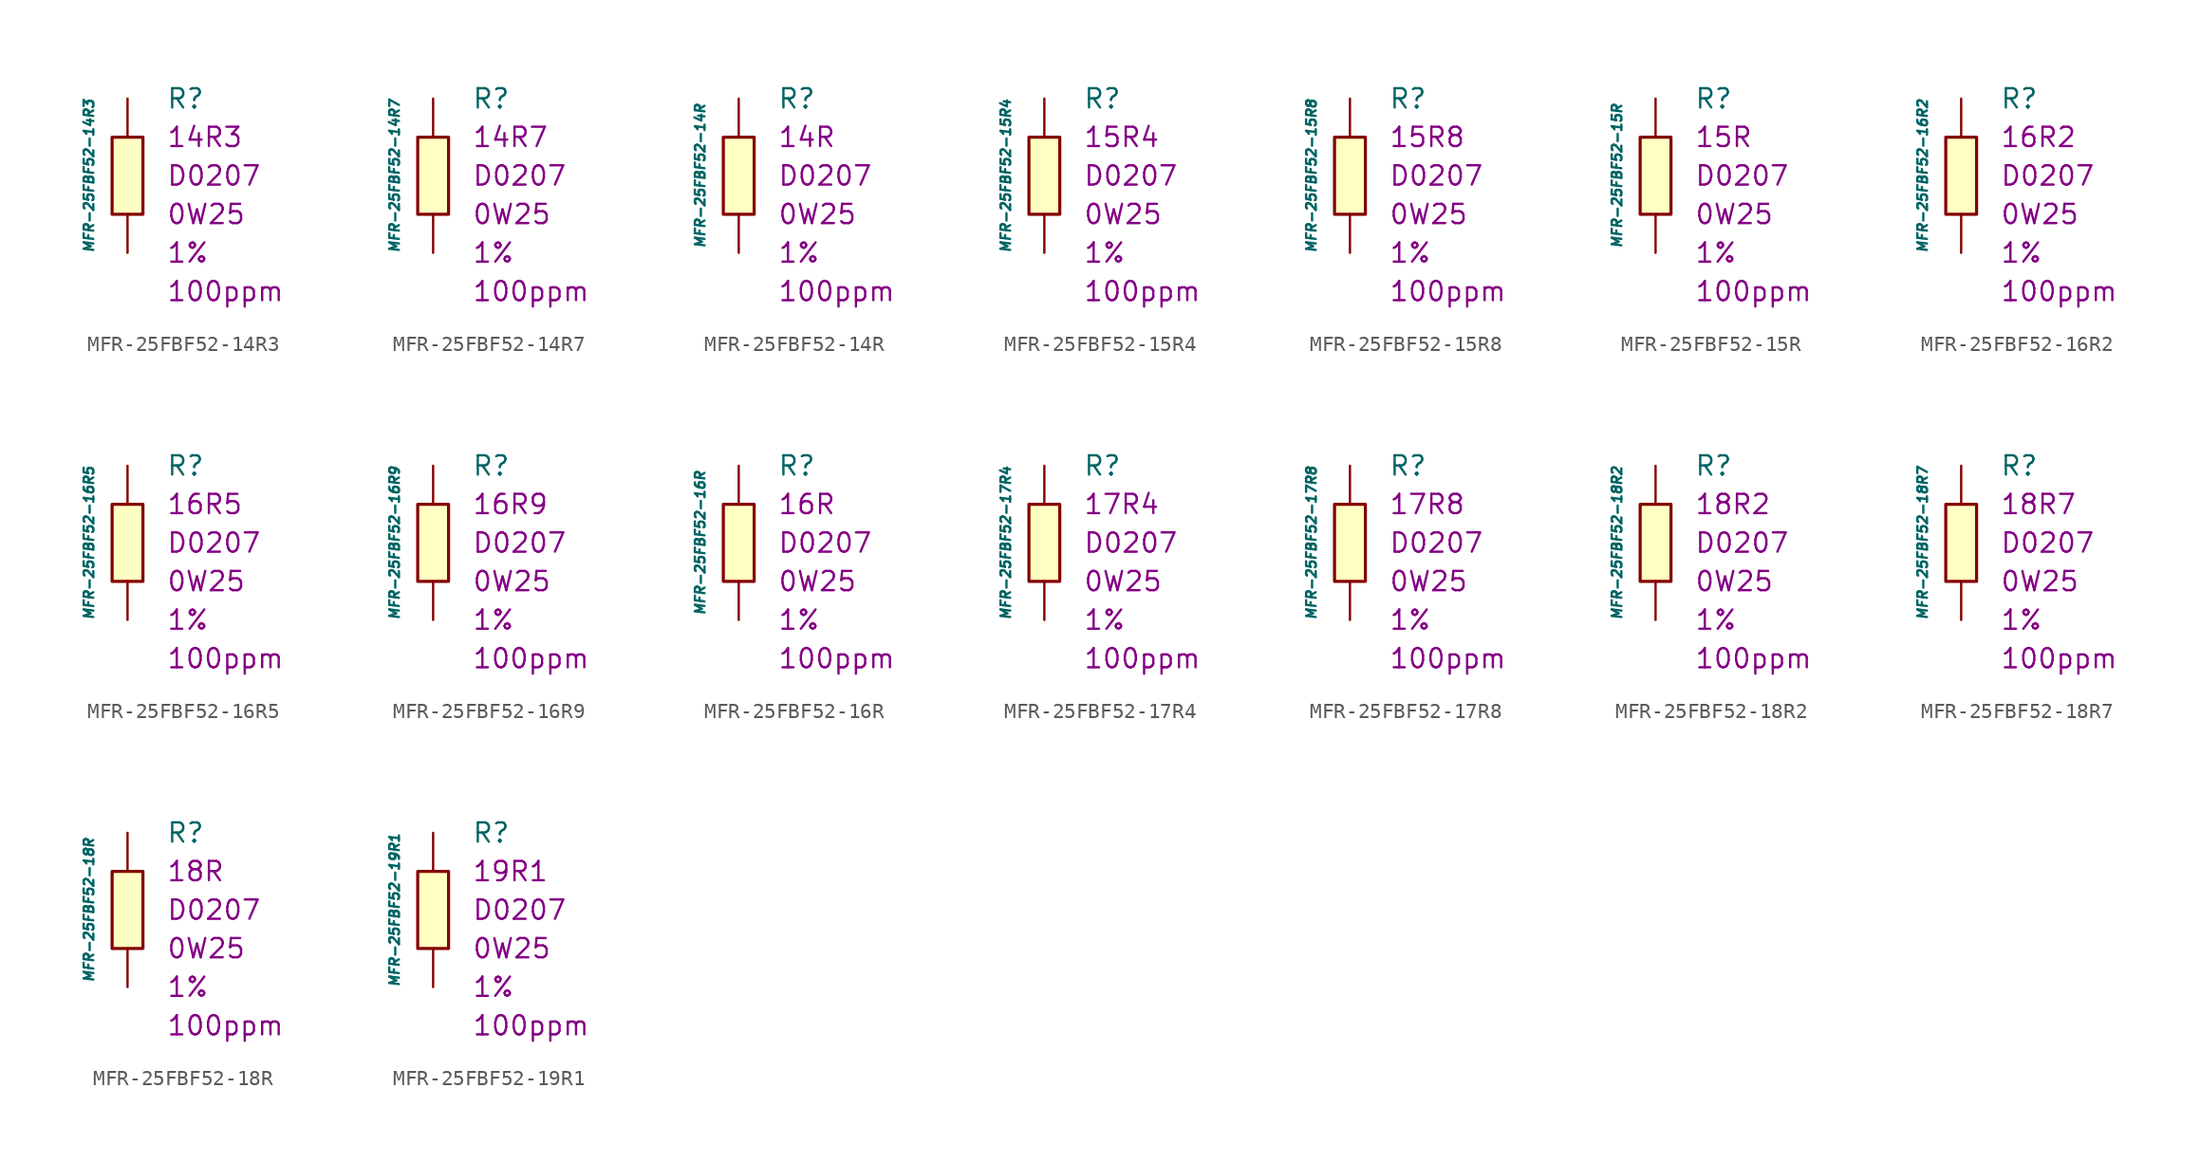
<source format=kicad_sym>
(kicad_symbol_lib
  (version 20211014)
  (generator kicad_symbol_editor)
  (symbol "MFR-25FBF52-14R3"
    (pin_numbers hide)
    (pin_names
      (offset 1.016) hide)
    (property "Reference" "R"
      (at 2.54 5.08 0)
      (effects (font (size 1.27 1.27)) (justify left)))
    (property "Value" "MFR-25FBF52-14R3"
      (at -2.54 0 90)
      (effects (font (size 0.635 0.635) italic)))
    (property "Package" "D0207"
      (at 2.54 0 0)
      (effects (font (size 1.27 1.27)) (justify left)))
    (property "Power" "0W25"
      (at 2.54 -2.54 0)
      (effects (font (size 1.27 1.27)) (justify left)))
    (property "Tolerance" "1%"
      (at 2.54 -5.08 0)
      (effects (font (size 1.27 1.27)) (justify left)))
    (property "TK" "100ppm"
      (at 2.54 -7.62 0)
      (effects (font (size 1.27 1.27)) (justify left)))
    (property "Val" "14R3"
      (at 2.54 2.54 0)
      (effects (font (size 1.27 1.27)) (justify left)))
    (symbol "MFR-25FBF52-14R3_0_1"
      (rectangle (start -1.016 2.54) (end 1.016 -2.54) (stroke (width 0.203) (type default) (color 0 0 0 0)) (fill (type background))))
    (symbol "MFR-25FBF52-14R3_1_1"
      (pin passive line (at 0 5.08 270) (length 2.54) (name "~" (effects (font (size 1.778 1.778)))) (number "1" (effects (font (size 1.778 1.778)))))
      (pin passive line (at 0 -5.08 90) (length 2.54) (name "~" (effects (font (size 1.778 1.778)))) (number "2" (effects (font (size 1.778 1.778)))))))
  (symbol "MFR-25FBF52-14R7"
    (pin_numbers hide)
    (pin_names
      (offset 1.016) hide)
    (property "Reference" "R"
      (at 2.54 5.08 0)
      (effects (font (size 1.27 1.27)) (justify left)))
    (property "Value" "MFR-25FBF52-14R7"
      (at -2.54 0 90)
      (effects (font (size 0.635 0.635) italic)))
    (property "Package" "D0207"
      (at 2.54 0 0)
      (effects (font (size 1.27 1.27)) (justify left)))
    (property "Power" "0W25"
      (at 2.54 -2.54 0)
      (effects (font (size 1.27 1.27)) (justify left)))
    (property "Tolerance" "1%"
      (at 2.54 -5.08 0)
      (effects (font (size 1.27 1.27)) (justify left)))
    (property "TK" "100ppm"
      (at 2.54 -7.62 0)
      (effects (font (size 1.27 1.27)) (justify left)))
    (property "Val" "14R7"
      (at 2.54 2.54 0)
      (effects (font (size 1.27 1.27)) (justify left)))
    (symbol "MFR-25FBF52-14R7_0_1"
      (rectangle (start -1.016 2.54) (end 1.016 -2.54) (stroke (width 0.203) (type default) (color 0 0 0 0)) (fill (type background))))
    (symbol "MFR-25FBF52-14R7_1_1"
      (pin passive line (at 0 5.08 270) (length 2.54) (name "~" (effects (font (size 1.778 1.778)))) (number "1" (effects (font (size 1.778 1.778)))))
      (pin passive line (at 0 -5.08 90) (length 2.54) (name "~" (effects (font (size 1.778 1.778)))) (number "2" (effects (font (size 1.778 1.778)))))))
  (symbol "MFR-25FBF52-14R"
    (pin_numbers hide)
    (pin_names
      (offset 1.016) hide)
    (property "Reference" "R"
      (at 2.54 5.08 0)
      (effects (font (size 1.27 1.27)) (justify left)))
    (property "Value" "MFR-25FBF52-14R"
      (at -2.54 0 90)
      (effects (font (size 0.635 0.635) italic)))
    (property "Package" "D0207"
      (at 2.54 0 0)
      (effects (font (size 1.27 1.27)) (justify left)))
    (property "Power" "0W25"
      (at 2.54 -2.54 0)
      (effects (font (size 1.27 1.27)) (justify left)))
    (property "Tolerance" "1%"
      (at 2.54 -5.08 0)
      (effects (font (size 1.27 1.27)) (justify left)))
    (property "TK" "100ppm"
      (at 2.54 -7.62 0)
      (effects (font (size 1.27 1.27)) (justify left)))
    (property "Val" "14R"
      (at 2.54 2.54 0)
      (effects (font (size 1.27 1.27)) (justify left)))
    (symbol "MFR-25FBF52-14R_0_1"
      (rectangle (start -1.016 2.54) (end 1.016 -2.54) (stroke (width 0.203) (type default) (color 0 0 0 0)) (fill (type background))))
    (symbol "MFR-25FBF52-14R_1_1"
      (pin passive line (at 0 5.08 270) (length 2.54) (name "~" (effects (font (size 1.778 1.778)))) (number "1" (effects (font (size 1.778 1.778)))))
      (pin passive line (at 0 -5.08 90) (length 2.54) (name "~" (effects (font (size 1.778 1.778)))) (number "2" (effects (font (size 1.778 1.778)))))))
  (symbol "MFR-25FBF52-15R4"
    (pin_numbers hide)
    (pin_names
      (offset 1.016) hide)
    (property "Reference" "R"
      (at 2.54 5.08 0)
      (effects (font (size 1.27 1.27)) (justify left)))
    (property "Value" "MFR-25FBF52-15R4"
      (at -2.54 0 90)
      (effects (font (size 0.635 0.635) italic)))
    (property "Package" "D0207"
      (at 2.54 0 0)
      (effects (font (size 1.27 1.27)) (justify left)))
    (property "Power" "0W25"
      (at 2.54 -2.54 0)
      (effects (font (size 1.27 1.27)) (justify left)))
    (property "Tolerance" "1%"
      (at 2.54 -5.08 0)
      (effects (font (size 1.27 1.27)) (justify left)))
    (property "TK" "100ppm"
      (at 2.54 -7.62 0)
      (effects (font (size 1.27 1.27)) (justify left)))
    (property "Val" "15R4"
      (at 2.54 2.54 0)
      (effects (font (size 1.27 1.27)) (justify left)))
    (symbol "MFR-25FBF52-15R4_0_1"
      (rectangle (start -1.016 2.54) (end 1.016 -2.54) (stroke (width 0.203) (type default) (color 0 0 0 0)) (fill (type background))))
    (symbol "MFR-25FBF52-15R4_1_1"
      (pin passive line (at 0 5.08 270) (length 2.54) (name "~" (effects (font (size 1.778 1.778)))) (number "1" (effects (font (size 1.778 1.778)))))
      (pin passive line (at 0 -5.08 90) (length 2.54) (name "~" (effects (font (size 1.778 1.778)))) (number "2" (effects (font (size 1.778 1.778)))))))
  (symbol "MFR-25FBF52-15R8"
    (pin_numbers hide)
    (pin_names
      (offset 1.016) hide)
    (property "Reference" "R"
      (at 2.54 5.08 0)
      (effects (font (size 1.27 1.27)) (justify left)))
    (property "Value" "MFR-25FBF52-15R8"
      (at -2.54 0 90)
      (effects (font (size 0.635 0.635) italic)))
    (property "Package" "D0207"
      (at 2.54 0 0)
      (effects (font (size 1.27 1.27)) (justify left)))
    (property "Power" "0W25"
      (at 2.54 -2.54 0)
      (effects (font (size 1.27 1.27)) (justify left)))
    (property "Tolerance" "1%"
      (at 2.54 -5.08 0)
      (effects (font (size 1.27 1.27)) (justify left)))
    (property "TK" "100ppm"
      (at 2.54 -7.62 0)
      (effects (font (size 1.27 1.27)) (justify left)))
    (property "Val" "15R8"
      (at 2.54 2.54 0)
      (effects (font (size 1.27 1.27)) (justify left)))
    (symbol "MFR-25FBF52-15R8_0_1"
      (rectangle (start -1.016 2.54) (end 1.016 -2.54) (stroke (width 0.203) (type default) (color 0 0 0 0)) (fill (type background))))
    (symbol "MFR-25FBF52-15R8_1_1"
      (pin passive line (at 0 5.08 270) (length 2.54) (name "~" (effects (font (size 1.778 1.778)))) (number "1" (effects (font (size 1.778 1.778)))))
      (pin passive line (at 0 -5.08 90) (length 2.54) (name "~" (effects (font (size 1.778 1.778)))) (number "2" (effects (font (size 1.778 1.778)))))))
  (symbol "MFR-25FBF52-15R"
    (pin_numbers hide)
    (pin_names
      (offset 1.016) hide)
    (property "Reference" "R"
      (at 2.54 5.08 0)
      (effects (font (size 1.27 1.27)) (justify left)))
    (property "Value" "MFR-25FBF52-15R"
      (at -2.54 0 90)
      (effects (font (size 0.635 0.635) italic)))
    (property "Package" "D0207"
      (at 2.54 0 0)
      (effects (font (size 1.27 1.27)) (justify left)))
    (property "Power" "0W25"
      (at 2.54 -2.54 0)
      (effects (font (size 1.27 1.27)) (justify left)))
    (property "Tolerance" "1%"
      (at 2.54 -5.08 0)
      (effects (font (size 1.27 1.27)) (justify left)))
    (property "TK" "100ppm"
      (at 2.54 -7.62 0)
      (effects (font (size 1.27 1.27)) (justify left)))
    (property "Val" "15R"
      (at 2.54 2.54 0)
      (effects (font (size 1.27 1.27)) (justify left)))
    (symbol "MFR-25FBF52-15R_0_1"
      (rectangle (start -1.016 2.54) (end 1.016 -2.54) (stroke (width 0.203) (type default) (color 0 0 0 0)) (fill (type background))))
    (symbol "MFR-25FBF52-15R_1_1"
      (pin passive line (at 0 5.08 270) (length 2.54) (name "~" (effects (font (size 1.778 1.778)))) (number "1" (effects (font (size 1.778 1.778)))))
      (pin passive line (at 0 -5.08 90) (length 2.54) (name "~" (effects (font (size 1.778 1.778)))) (number "2" (effects (font (size 1.778 1.778)))))))
  (symbol "MFR-25FBF52-16R2"
    (pin_numbers hide)
    (pin_names
      (offset 1.016) hide)
    (property "Reference" "R"
      (at 2.54 5.08 0)
      (effects (font (size 1.27 1.27)) (justify left)))
    (property "Value" "MFR-25FBF52-16R2"
      (at -2.54 0 90)
      (effects (font (size 0.635 0.635) italic)))
    (property "Package" "D0207"
      (at 2.54 0 0)
      (effects (font (size 1.27 1.27)) (justify left)))
    (property "Power" "0W25"
      (at 2.54 -2.54 0)
      (effects (font (size 1.27 1.27)) (justify left)))
    (property "Tolerance" "1%"
      (at 2.54 -5.08 0)
      (effects (font (size 1.27 1.27)) (justify left)))
    (property "TK" "100ppm"
      (at 2.54 -7.62 0)
      (effects (font (size 1.27 1.27)) (justify left)))
    (property "Val" "16R2"
      (at 2.54 2.54 0)
      (effects (font (size 1.27 1.27)) (justify left)))
    (symbol "MFR-25FBF52-16R2_0_1"
      (rectangle (start -1.016 2.54) (end 1.016 -2.54) (stroke (width 0.203) (type default) (color 0 0 0 0)) (fill (type background))))
    (symbol "MFR-25FBF52-16R2_1_1"
      (pin passive line (at 0 5.08 270) (length 2.54) (name "~" (effects (font (size 1.778 1.778)))) (number "1" (effects (font (size 1.778 1.778)))))
      (pin passive line (at 0 -5.08 90) (length 2.54) (name "~" (effects (font (size 1.778 1.778)))) (number "2" (effects (font (size 1.778 1.778)))))))
  (symbol "MFR-25FBF52-16R5"
    (pin_numbers hide)
    (pin_names
      (offset 1.016) hide)
    (property "Reference" "R"
      (at 2.54 5.08 0)
      (effects (font (size 1.27 1.27)) (justify left)))
    (property "Value" "MFR-25FBF52-16R5"
      (at -2.54 0 90)
      (effects (font (size 0.635 0.635) italic)))
    (property "Package" "D0207"
      (at 2.54 0 0)
      (effects (font (size 1.27 1.27)) (justify left)))
    (property "Power" "0W25"
      (at 2.54 -2.54 0)
      (effects (font (size 1.27 1.27)) (justify left)))
    (property "Tolerance" "1%"
      (at 2.54 -5.08 0)
      (effects (font (size 1.27 1.27)) (justify left)))
    (property "TK" "100ppm"
      (at 2.54 -7.62 0)
      (effects (font (size 1.27 1.27)) (justify left)))
    (property "Val" "16R5"
      (at 2.54 2.54 0)
      (effects (font (size 1.27 1.27)) (justify left)))
    (symbol "MFR-25FBF52-16R5_0_1"
      (rectangle (start -1.016 2.54) (end 1.016 -2.54) (stroke (width 0.203) (type default) (color 0 0 0 0)) (fill (type background))))
    (symbol "MFR-25FBF52-16R5_1_1"
      (pin passive line (at 0 5.08 270) (length 2.54) (name "~" (effects (font (size 1.778 1.778)))) (number "1" (effects (font (size 1.778 1.778)))))
      (pin passive line (at 0 -5.08 90) (length 2.54) (name "~" (effects (font (size 1.778 1.778)))) (number "2" (effects (font (size 1.778 1.778)))))))
  (symbol "MFR-25FBF52-16R9"
    (pin_numbers hide)
    (pin_names
      (offset 1.016) hide)
    (property "Reference" "R"
      (at 2.54 5.08 0)
      (effects (font (size 1.27 1.27)) (justify left)))
    (property "Value" "MFR-25FBF52-16R9"
      (at -2.54 0 90)
      (effects (font (size 0.635 0.635) italic)))
    (property "Package" "D0207"
      (at 2.54 0 0)
      (effects (font (size 1.27 1.27)) (justify left)))
    (property "Power" "0W25"
      (at 2.54 -2.54 0)
      (effects (font (size 1.27 1.27)) (justify left)))
    (property "Tolerance" "1%"
      (at 2.54 -5.08 0)
      (effects (font (size 1.27 1.27)) (justify left)))
    (property "TK" "100ppm"
      (at 2.54 -7.62 0)
      (effects (font (size 1.27 1.27)) (justify left)))
    (property "Val" "16R9"
      (at 2.54 2.54 0)
      (effects (font (size 1.27 1.27)) (justify left)))
    (symbol "MFR-25FBF52-16R9_0_1"
      (rectangle (start -1.016 2.54) (end 1.016 -2.54) (stroke (width 0.203) (type default) (color 0 0 0 0)) (fill (type background))))
    (symbol "MFR-25FBF52-16R9_1_1"
      (pin passive line (at 0 5.08 270) (length 2.54) (name "~" (effects (font (size 1.778 1.778)))) (number "1" (effects (font (size 1.778 1.778)))))
      (pin passive line (at 0 -5.08 90) (length 2.54) (name "~" (effects (font (size 1.778 1.778)))) (number "2" (effects (font (size 1.778 1.778)))))))
  (symbol "MFR-25FBF52-16R"
    (pin_numbers hide)
    (pin_names
      (offset 1.016) hide)
    (property "Reference" "R"
      (at 2.54 5.08 0)
      (effects (font (size 1.27 1.27)) (justify left)))
    (property "Value" "MFR-25FBF52-16R"
      (at -2.54 0 90)
      (effects (font (size 0.635 0.635) italic)))
    (property "Package" "D0207"
      (at 2.54 0 0)
      (effects (font (size 1.27 1.27)) (justify left)))
    (property "Power" "0W25"
      (at 2.54 -2.54 0)
      (effects (font (size 1.27 1.27)) (justify left)))
    (property "Tolerance" "1%"
      (at 2.54 -5.08 0)
      (effects (font (size 1.27 1.27)) (justify left)))
    (property "TK" "100ppm"
      (at 2.54 -7.62 0)
      (effects (font (size 1.27 1.27)) (justify left)))
    (property "Val" "16R"
      (at 2.54 2.54 0)
      (effects (font (size 1.27 1.27)) (justify left)))
    (symbol "MFR-25FBF52-16R_0_1"
      (rectangle (start -1.016 2.54) (end 1.016 -2.54) (stroke (width 0.203) (type default) (color 0 0 0 0)) (fill (type background))))
    (symbol "MFR-25FBF52-16R_1_1"
      (pin passive line (at 0 5.08 270) (length 2.54) (name "~" (effects (font (size 1.778 1.778)))) (number "1" (effects (font (size 1.778 1.778)))))
      (pin passive line (at 0 -5.08 90) (length 2.54) (name "~" (effects (font (size 1.778 1.778)))) (number "2" (effects (font (size 1.778 1.778)))))))
  (symbol "MFR-25FBF52-17R4"
    (pin_numbers hide)
    (pin_names
      (offset 1.016) hide)
    (property "Reference" "R"
      (at 2.54 5.08 0)
      (effects (font (size 1.27 1.27)) (justify left)))
    (property "Value" "MFR-25FBF52-17R4"
      (at -2.54 0 90)
      (effects (font (size 0.635 0.635) italic)))
    (property "Package" "D0207"
      (at 2.54 0 0)
      (effects (font (size 1.27 1.27)) (justify left)))
    (property "Power" "0W25"
      (at 2.54 -2.54 0)
      (effects (font (size 1.27 1.27)) (justify left)))
    (property "Tolerance" "1%"
      (at 2.54 -5.08 0)
      (effects (font (size 1.27 1.27)) (justify left)))
    (property "TK" "100ppm"
      (at 2.54 -7.62 0)
      (effects (font (size 1.27 1.27)) (justify left)))
    (property "Val" "17R4"
      (at 2.54 2.54 0)
      (effects (font (size 1.27 1.27)) (justify left)))
    (symbol "MFR-25FBF52-17R4_0_1"
      (rectangle (start -1.016 2.54) (end 1.016 -2.54) (stroke (width 0.203) (type default) (color 0 0 0 0)) (fill (type background))))
    (symbol "MFR-25FBF52-17R4_1_1"
      (pin passive line (at 0 5.08 270) (length 2.54) (name "~" (effects (font (size 1.778 1.778)))) (number "1" (effects (font (size 1.778 1.778)))))
      (pin passive line (at 0 -5.08 90) (length 2.54) (name "~" (effects (font (size 1.778 1.778)))) (number "2" (effects (font (size 1.778 1.778)))))))
  (symbol "MFR-25FBF52-17R8"
    (pin_numbers hide)
    (pin_names
      (offset 1.016) hide)
    (property "Reference" "R"
      (at 2.54 5.08 0)
      (effects (font (size 1.27 1.27)) (justify left)))
    (property "Value" "MFR-25FBF52-17R8"
      (at -2.54 0 90)
      (effects (font (size 0.635 0.635) italic)))
    (property "Package" "D0207"
      (at 2.54 0 0)
      (effects (font (size 1.27 1.27)) (justify left)))
    (property "Power" "0W25"
      (at 2.54 -2.54 0)
      (effects (font (size 1.27 1.27)) (justify left)))
    (property "Tolerance" "1%"
      (at 2.54 -5.08 0)
      (effects (font (size 1.27 1.27)) (justify left)))
    (property "TK" "100ppm"
      (at 2.54 -7.62 0)
      (effects (font (size 1.27 1.27)) (justify left)))
    (property "Val" "17R8"
      (at 2.54 2.54 0)
      (effects (font (size 1.27 1.27)) (justify left)))
    (symbol "MFR-25FBF52-17R8_0_1"
      (rectangle (start -1.016 2.54) (end 1.016 -2.54) (stroke (width 0.203) (type default) (color 0 0 0 0)) (fill (type background))))
    (symbol "MFR-25FBF52-17R8_1_1"
      (pin passive line (at 0 5.08 270) (length 2.54) (name "~" (effects (font (size 1.778 1.778)))) (number "1" (effects (font (size 1.778 1.778)))))
      (pin passive line (at 0 -5.08 90) (length 2.54) (name "~" (effects (font (size 1.778 1.778)))) (number "2" (effects (font (size 1.778 1.778)))))))
  (symbol "MFR-25FBF52-18R2"
    (pin_numbers hide)
    (pin_names
      (offset 1.016) hide)
    (property "Reference" "R"
      (at 2.54 5.08 0)
      (effects (font (size 1.27 1.27)) (justify left)))
    (property "Value" "MFR-25FBF52-18R2"
      (at -2.54 0 90)
      (effects (font (size 0.635 0.635) italic)))
    (property "Package" "D0207"
      (at 2.54 0 0)
      (effects (font (size 1.27 1.27)) (justify left)))
    (property "Power" "0W25"
      (at 2.54 -2.54 0)
      (effects (font (size 1.27 1.27)) (justify left)))
    (property "Tolerance" "1%"
      (at 2.54 -5.08 0)
      (effects (font (size 1.27 1.27)) (justify left)))
    (property "TK" "100ppm"
      (at 2.54 -7.62 0)
      (effects (font (size 1.27 1.27)) (justify left)))
    (property "Val" "18R2"
      (at 2.54 2.54 0)
      (effects (font (size 1.27 1.27)) (justify left)))
    (symbol "MFR-25FBF52-18R2_0_1"
      (rectangle (start -1.016 2.54) (end 1.016 -2.54) (stroke (width 0.203) (type default) (color 0 0 0 0)) (fill (type background))))
    (symbol "MFR-25FBF52-18R2_1_1"
      (pin passive line (at 0 5.08 270) (length 2.54) (name "~" (effects (font (size 1.778 1.778)))) (number "1" (effects (font (size 1.778 1.778)))))
      (pin passive line (at 0 -5.08 90) (length 2.54) (name "~" (effects (font (size 1.778 1.778)))) (number "2" (effects (font (size 1.778 1.778)))))))
  (symbol "MFR-25FBF52-18R7"
    (pin_numbers hide)
    (pin_names
      (offset 1.016) hide)
    (property "Reference" "R"
      (at 2.54 5.08 0)
      (effects (font (size 1.27 1.27)) (justify left)))
    (property "Value" "MFR-25FBF52-18R7"
      (at -2.54 0 90)
      (effects (font (size 0.635 0.635) italic)))
    (property "Package" "D0207"
      (at 2.54 0 0)
      (effects (font (size 1.27 1.27)) (justify left)))
    (property "Power" "0W25"
      (at 2.54 -2.54 0)
      (effects (font (size 1.27 1.27)) (justify left)))
    (property "Tolerance" "1%"
      (at 2.54 -5.08 0)
      (effects (font (size 1.27 1.27)) (justify left)))
    (property "TK" "100ppm"
      (at 2.54 -7.62 0)
      (effects (font (size 1.27 1.27)) (justify left)))
    (property "Val" "18R7"
      (at 2.54 2.54 0)
      (effects (font (size 1.27 1.27)) (justify left)))
    (symbol "MFR-25FBF52-18R7_0_1"
      (rectangle (start -1.016 2.54) (end 1.016 -2.54) (stroke (width 0.203) (type default) (color 0 0 0 0)) (fill (type background))))
    (symbol "MFR-25FBF52-18R7_1_1"
      (pin passive line (at 0 5.08 270) (length 2.54) (name "~" (effects (font (size 1.778 1.778)))) (number "1" (effects (font (size 1.778 1.778)))))
      (pin passive line (at 0 -5.08 90) (length 2.54) (name "~" (effects (font (size 1.778 1.778)))) (number "2" (effects (font (size 1.778 1.778)))))))
  (symbol "MFR-25FBF52-18R"
    (pin_numbers hide)
    (pin_names
      (offset 1.016) hide)
    (property "Reference" "R"
      (at 2.54 5.08 0)
      (effects (font (size 1.27 1.27)) (justify left)))
    (property "Value" "MFR-25FBF52-18R"
      (at -2.54 0 90)
      (effects (font (size 0.635 0.635) italic)))
    (property "Package" "D0207"
      (at 2.54 0 0)
      (effects (font (size 1.27 1.27)) (justify left)))
    (property "Power" "0W25"
      (at 2.54 -2.54 0)
      (effects (font (size 1.27 1.27)) (justify left)))
    (property "Tolerance" "1%"
      (at 2.54 -5.08 0)
      (effects (font (size 1.27 1.27)) (justify left)))
    (property "TK" "100ppm"
      (at 2.54 -7.62 0)
      (effects (font (size 1.27 1.27)) (justify left)))
    (property "Val" "18R"
      (at 2.54 2.54 0)
      (effects (font (size 1.27 1.27)) (justify left)))
    (symbol "MFR-25FBF52-18R_0_1"
      (rectangle (start -1.016 2.54) (end 1.016 -2.54) (stroke (width 0.203) (type default) (color 0 0 0 0)) (fill (type background))))
    (symbol "MFR-25FBF52-18R_1_1"
      (pin passive line (at 0 5.08 270) (length 2.54) (name "~" (effects (font (size 1.778 1.778)))) (number "1" (effects (font (size 1.778 1.778)))))
      (pin passive line (at 0 -5.08 90) (length 2.54) (name "~" (effects (font (size 1.778 1.778)))) (number "2" (effects (font (size 1.778 1.778)))))))
  (symbol "MFR-25FBF52-19R1"
    (pin_numbers hide)
    (pin_names
      (offset 1.016) hide)
    (property "Reference" "R"
      (at 2.54 5.08 0)
      (effects (font (size 1.27 1.27)) (justify left)))
    (property "Value" "MFR-25FBF52-19R1"
      (at -2.54 0 90)
      (effects (font (size 0.635 0.635) italic)))
    (property "Package" "D0207"
      (at 2.54 0 0)
      (effects (font (size 1.27 1.27)) (justify left)))
    (property "Power" "0W25"
      (at 2.54 -2.54 0)
      (effects (font (size 1.27 1.27)) (justify left)))
    (property "Tolerance" "1%"
      (at 2.54 -5.08 0)
      (effects (font (size 1.27 1.27)) (justify left)))
    (property "TK" "100ppm"
      (at 2.54 -7.62 0)
      (effects (font (size 1.27 1.27)) (justify left)))
    (property "Val" "19R1"
      (at 2.54 2.54 0)
      (effects (font (size 1.27 1.27)) (justify left)))
    (symbol "MFR-25FBF52-19R1_0_1"
      (rectangle (start -1.016 2.54) (end 1.016 -2.54) (stroke (width 0.203) (type default) (color 0 0 0 0)) (fill (type background))))
    (symbol "MFR-25FBF52-19R1_1_1"
      (pin passive line (at 0 5.08 270) (length 2.54) (name "~" (effects (font (size 1.778 1.778)))) (number "1" (effects (font (size 1.778 1.778)))))
      (pin passive line (at 0 -5.08 90) (length 2.54) (name "~" (effects (font (size 1.778 1.778)))) (number "2" (effects (font (size 1.778 1.778))))))))
</source>
